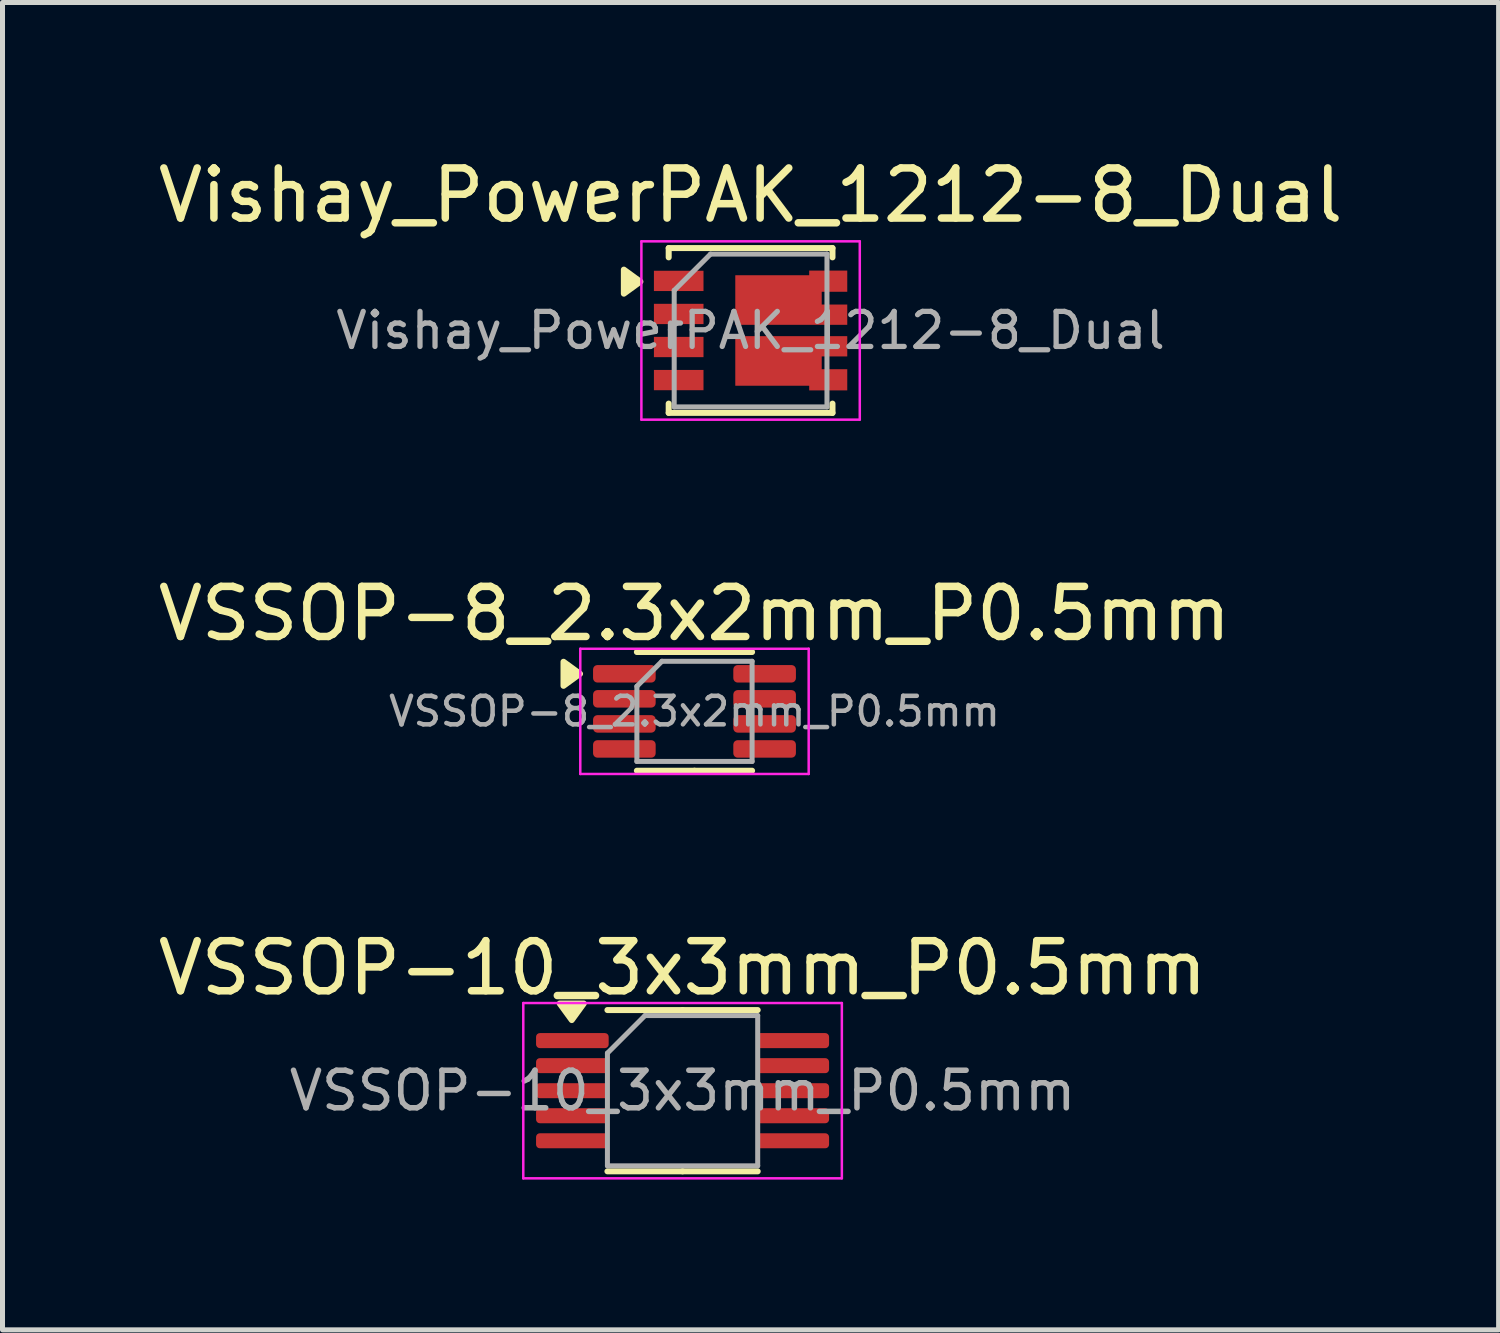
<source format=kicad_pcb>
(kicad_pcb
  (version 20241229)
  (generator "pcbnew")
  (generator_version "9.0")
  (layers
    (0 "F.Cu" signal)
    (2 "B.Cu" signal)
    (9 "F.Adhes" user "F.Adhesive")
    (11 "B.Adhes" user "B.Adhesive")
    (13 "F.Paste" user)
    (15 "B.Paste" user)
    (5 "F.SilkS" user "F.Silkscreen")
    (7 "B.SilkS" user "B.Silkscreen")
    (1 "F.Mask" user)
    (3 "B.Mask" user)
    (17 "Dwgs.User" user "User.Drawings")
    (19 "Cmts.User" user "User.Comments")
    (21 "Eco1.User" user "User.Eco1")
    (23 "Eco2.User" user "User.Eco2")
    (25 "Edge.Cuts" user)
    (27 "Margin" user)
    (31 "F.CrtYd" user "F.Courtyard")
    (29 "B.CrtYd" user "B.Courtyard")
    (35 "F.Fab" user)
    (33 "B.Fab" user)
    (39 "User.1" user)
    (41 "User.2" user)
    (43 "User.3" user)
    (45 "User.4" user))
  (footprint "VSSOP-10_3x3mm_P0.5mm"
    (layer "F.Cu")
    (at 10.577 18.725)
    (property "Reference" "VSSOP-10_3x3mm_P0.5mm" (at 0 -2.45 0) (layer "F.SilkS") (effects (font (size 1 1) (thickness 0.15))))
    (attr smd)
    (fp_line (start 0 -1.61) (end -1.5 -1.61) (stroke (width 0.12) (type solid)) (layer "F.SilkS"))
    (fp_line (start 0 -1.61) (end 1.5 -1.61) (stroke (width 0.12) (type solid)) (layer "F.SilkS"))
    (fp_line (start 0 1.61) (end -1.5 1.61) (stroke (width 0.12) (type solid)) (layer "F.SilkS"))
    (fp_line (start 0 1.61) (end 1.5 1.61) (stroke (width 0.12) (type solid)) (layer "F.SilkS"))
    (fp_poly (pts (xy -2.212 -1.41) (xy -2.453 -1.74) (xy -1.972 -1.74) (xy -2.212 -1.41)) (stroke (width 0.12) (type solid)) (fill yes) (layer "F.SilkS"))
    (fp_line (start -3.18 -1.75) (end -3.18 1.75) (stroke (width 0.05) (type solid)) (layer "F.CrtYd"))
    (fp_line (start -3.18 1.75) (end 3.18 1.75) (stroke (width 0.05) (type solid)) (layer "F.CrtYd"))
    (fp_line (start 3.18 -1.75) (end -3.18 -1.75) (stroke (width 0.05) (type solid)) (layer "F.CrtYd"))
    (fp_line (start 3.18 1.75) (end 3.18 -1.75) (stroke (width 0.05) (type solid)) (layer "F.CrtYd"))
    (fp_line (start -1.5 -0.75) (end -0.75 -1.5) (stroke (width 0.1) (type solid)) (layer "F.Fab"))
    (fp_line (start -1.5 1.5) (end -1.5 -0.75) (stroke (width 0.1) (type solid)) (layer "F.Fab"))
    (fp_line (start -0.75 -1.5) (end 1.5 -1.5) (stroke (width 0.1) (type solid)) (layer "F.Fab"))
    (fp_line (start 1.5 -1.5) (end 1.5 1.5) (stroke (width 0.1) (type solid)) (layer "F.Fab"))
    (fp_line (start 1.5 1.5) (end -1.5 1.5) (stroke (width 0.1) (type solid)) (layer "F.Fab"))
    (fp_text user "${REFERENCE}" (at 0 0 0) (layer "F.Fab") (effects (font (size 0.75 0.75) (thickness 0.11))))
    (pad "1" smd roundrect (at -2.2 -1) (size 1.45 0.3) (layers "F.Cu" "F.Mask" "F.Paste") (roundrect_rratio 0.25))
    (pad "2" smd roundrect (at -2.2 -0.5) (size 1.45 0.3) (layers "F.Cu" "F.Mask" "F.Paste") (roundrect_rratio 0.25))
    (pad "3" smd roundrect (at -2.2 0) (size 1.45 0.3) (layers "F.Cu" "F.Mask" "F.Paste") (roundrect_rratio 0.25))
    (pad "4" smd roundrect (at -2.2 0.5) (size 1.45 0.3) (layers "F.Cu" "F.Mask" "F.Paste") (roundrect_rratio 0.25))
    (pad "5" smd roundrect (at -2.2 1) (size 1.45 0.3) (layers "F.Cu" "F.Mask" "F.Paste") (roundrect_rratio 0.25))
    (pad "6" smd roundrect (at 2.2 1) (size 1.45 0.3) (layers "F.Cu" "F.Mask" "F.Paste") (roundrect_rratio 0.25))
    (pad "7" smd roundrect (at 2.2 0.5) (size 1.45 0.3) (layers "F.Cu" "F.Mask" "F.Paste") (roundrect_rratio 0.25))
    (pad "8" smd roundrect (at 2.2 0) (size 1.45 0.3) (layers "F.Cu" "F.Mask" "F.Paste") (roundrect_rratio 0.25))
    (pad "9" smd roundrect (at 2.2 -0.5) (size 1.45 0.3) (layers "F.Cu" "F.Mask" "F.Paste") (roundrect_rratio 0.25))
    (pad "10" smd roundrect (at 2.2 -1) (size 1.45 0.3) (layers "F.Cu" "F.Mask" "F.Paste") (roundrect_rratio 0.25)))
  (footprint "VSSOP-8_2.3x2mm_P0.5mm"
    (layer "F.Cu")
    (at 10.815 11.152)
    (property "Reference" "VSSOP-8_2.3x2mm_P0.5mm" (at 0 -1.95 0) (layer "F.SilkS") (effects (font (size 1 1) (thickness 0.15))))
    (attr smd)
    (fp_line (start 0 -1.185) (end -1.15 -1.185) (stroke (width 0.12) (type solid)) (layer "F.SilkS"))
    (fp_line (start 0 -1.185) (end 1.15 -1.185) (stroke (width 0.12) (type solid)) (layer "F.SilkS"))
    (fp_line (start 0 1.185) (end -1.15 1.185) (stroke (width 0.12) (type solid)) (layer "F.SilkS"))
    (fp_line (start 0 1.185) (end 1.15 1.185) (stroke (width 0.12) (type solid)) (layer "F.SilkS"))
    (fp_poly (pts (xy -2.285 -0.75) (xy -2.615 -0.99) (xy -2.615 -0.51) (xy -2.285 -0.75)) (stroke (width 0.12) (type solid)) (fill yes) (layer "F.SilkS"))
    (fp_line (start -2.28 -1.25) (end -2.28 1.25) (stroke (width 0.05) (type solid)) (layer "F.CrtYd"))
    (fp_line (start -2.28 1.25) (end 2.28 1.25) (stroke (width 0.05) (type solid)) (layer "F.CrtYd"))
    (fp_line (start 2.28 -1.25) (end -2.28 -1.25) (stroke (width 0.05) (type solid)) (layer "F.CrtYd"))
    (fp_line (start 2.28 1.25) (end 2.28 -1.25) (stroke (width 0.05) (type solid)) (layer "F.CrtYd"))
    (fp_line (start -1.15 -0.5) (end -0.65 -1) (stroke (width 0.1) (type solid)) (layer "F.Fab"))
    (fp_line (start -1.15 1) (end -1.15 -0.5) (stroke (width 0.1) (type solid)) (layer "F.Fab"))
    (fp_line (start -0.65 -1) (end 1.15 -1) (stroke (width 0.1) (type solid)) (layer "F.Fab"))
    (fp_line (start 1.15 -1) (end 1.15 1) (stroke (width 0.1) (type solid)) (layer "F.Fab"))
    (fp_line (start 1.15 1) (end -1.15 1) (stroke (width 0.1) (type solid)) (layer "F.Fab"))
    (fp_text user "${REFERENCE}" (at 0 0 0) (layer "F.Fab") (effects (font (size 0.57 0.57) (thickness 0.09))))
    (pad "1" smd roundrect (at -1.4 -0.75) (size 1.25 0.35) (layers "F.Cu" "F.Mask" "F.Paste") (roundrect_rratio 0.25))
    (pad "2" smd roundrect (at -1.4 -0.25) (size 1.25 0.35) (layers "F.Cu" "F.Mask" "F.Paste") (roundrect_rratio 0.25))
    (pad "3" smd roundrect (at -1.4 0.25) (size 1.25 0.35) (layers "F.Cu" "F.Mask" "F.Paste") (roundrect_rratio 0.25))
    (pad "4" smd roundrect (at -1.4 0.75) (size 1.25 0.35) (layers "F.Cu" "F.Mask" "F.Paste") (roundrect_rratio 0.25))
    (pad "5" smd roundrect (at 1.4 0.75) (size 1.25 0.35) (layers "F.Cu" "F.Mask" "F.Paste") (roundrect_rratio 0.25))
    (pad "6" smd roundrect (at 1.4 0.25) (size 1.25 0.35) (layers "F.Cu" "F.Mask" "F.Paste") (roundrect_rratio 0.25))
    (pad "7" smd roundrect (at 1.4 -0.25) (size 1.25 0.35) (layers "F.Cu" "F.Mask" "F.Paste") (roundrect_rratio 0.25))
    (pad "8" smd roundrect (at 1.4 -0.75) (size 1.25 0.35) (layers "F.Cu" "F.Mask" "F.Paste") (roundrect_rratio 0.25)))
  (footprint "Vishay_PowerPAK_1212-8_Dual"
    (layer "F.Cu")
    (at 11.935 3.548)
    (property "Reference" "Vishay_PowerPAK_1212-8_Dual" (at 0 -2.7 0) (layer "F.SilkS") (effects (font (size 1 1) (thickness 0.15))))
    (attr smd)
    (fp_line (start -1.635 -1.645) (end 1.635 -1.645) (stroke (width 0.12) (type solid)) (layer "F.SilkS"))
    (fp_line (start -1.635 -1.46) (end -1.635 -1.645) (stroke (width 0.12) (type solid)) (layer "F.SilkS"))
    (fp_line (start -1.635 1.46) (end -1.635 1.645) (stroke (width 0.12) (type solid)) (layer "F.SilkS"))
    (fp_line (start -1.635 1.645) (end 1.635 1.645) (stroke (width 0.12) (type solid)) (layer "F.SilkS"))
    (fp_line (start 1.635 -1.46) (end 1.635 -1.645) (stroke (width 0.12) (type solid)) (layer "F.SilkS"))
    (fp_line (start 1.635 1.46) (end 1.635 1.645) (stroke (width 0.12) (type solid)) (layer "F.SilkS"))
    (fp_poly (pts (xy -2.2 -0.975) (xy -2.53 -0.735) (xy -2.53 -1.215) (xy -2.2 -0.975)) (stroke (width 0.12) (type solid)) (fill yes) (layer "F.SilkS"))
    (fp_line (start -2.18 -1.78) (end -2.18 1.78) (stroke (width 0.05) (type solid)) (layer "F.CrtYd"))
    (fp_line (start -2.18 -1.78) (end 2.18 -1.78) (stroke (width 0.05) (type solid)) (layer "F.CrtYd"))
    (fp_line (start -2.18 1.78) (end 2.18 1.78) (stroke (width 0.05) (type solid)) (layer "F.CrtYd"))
    (fp_line (start 2.18 -1.78) (end 2.18 1.78) (stroke (width 0.05) (type solid)) (layer "F.CrtYd"))
    (fp_line (start -1.525 -0.8) (end -1.525 1.525) (stroke (width 0.1) (type solid)) (layer "F.Fab"))
    (fp_line (start -1.525 -0.8) (end -0.8 -1.525) (stroke (width 0.1) (type solid)) (layer "F.Fab"))
    (fp_line (start -1.525 1.525) (end 1.525 1.525) (stroke (width 0.1) (type solid)) (layer "F.Fab"))
    (fp_line (start -0.8 -1.525) (end 1.525 -1.525) (stroke (width 0.1) (type solid)) (layer "F.Fab"))
    (fp_line (start 1.525 -1.525) (end 1.525 1.525) (stroke (width 0.1) (type solid)) (layer "F.Fab"))
    (fp_text user "${REFERENCE}" (at 0 0 0) (layer "F.Fab") (effects (font (size 0.7 0.7) (thickness 0.105))))
    (pad "1" smd rect (at -1.435 -0.99) (size 0.99 0.405) (layers "F.Cu" "F.Mask" "F.Paste"))
    (pad "2" smd rect (at -1.435 -0.33) (size 0.99 0.405) (layers "F.Cu" "F.Mask" "F.Paste"))
    (pad "3" smd rect (at -1.435 0.33) (size 0.99 0.405) (layers "F.Cu" "F.Mask" "F.Paste"))
    (pad "4" smd rect (at -1.435 0.99) (size 0.99 0.405) (layers "F.Cu" "F.Mask" "F.Paste"))
    (pad "5" smd custom (at 0.557 0.608) (size 1.725 0.99) (layers "F.Cu" "F.Mask" "F.Paste") (options (anchor rect)) (primitives (gr_poly (pts (xy 1.373 -0.09) (xy 0.863 -0.09) (xy 0.863 0.165) (xy 1.373 0.165) (xy 1.373 0.588) (xy 0.613 0.588) (xy 0.613 -0.495) (xy 1.373 -0.495)) (width 0) (fill yes))))
    (pad "6" smd custom (at 0.557 -0.608) (size 1.725 0.99) (layers "F.Cu" "F.Mask" "F.Paste") (options (anchor rect)) (primitives (gr_poly (pts (xy 1.373 -0.165) (xy 0.863 -0.165) (xy 0.863 0.09) (xy 1.373 0.09) (xy 1.373 0.495) (xy 0.613 0.495) (xy 0.613 -0.588) (xy 1.373 -0.588)) (width 0) (fill yes)))))
  (gr_rect
    (start -3 -3)
    (end 26.869 23.5)
    (stroke (width 0.1) (type default))
    (fill no)
    (layer "Edge.Cuts")))
</source>
